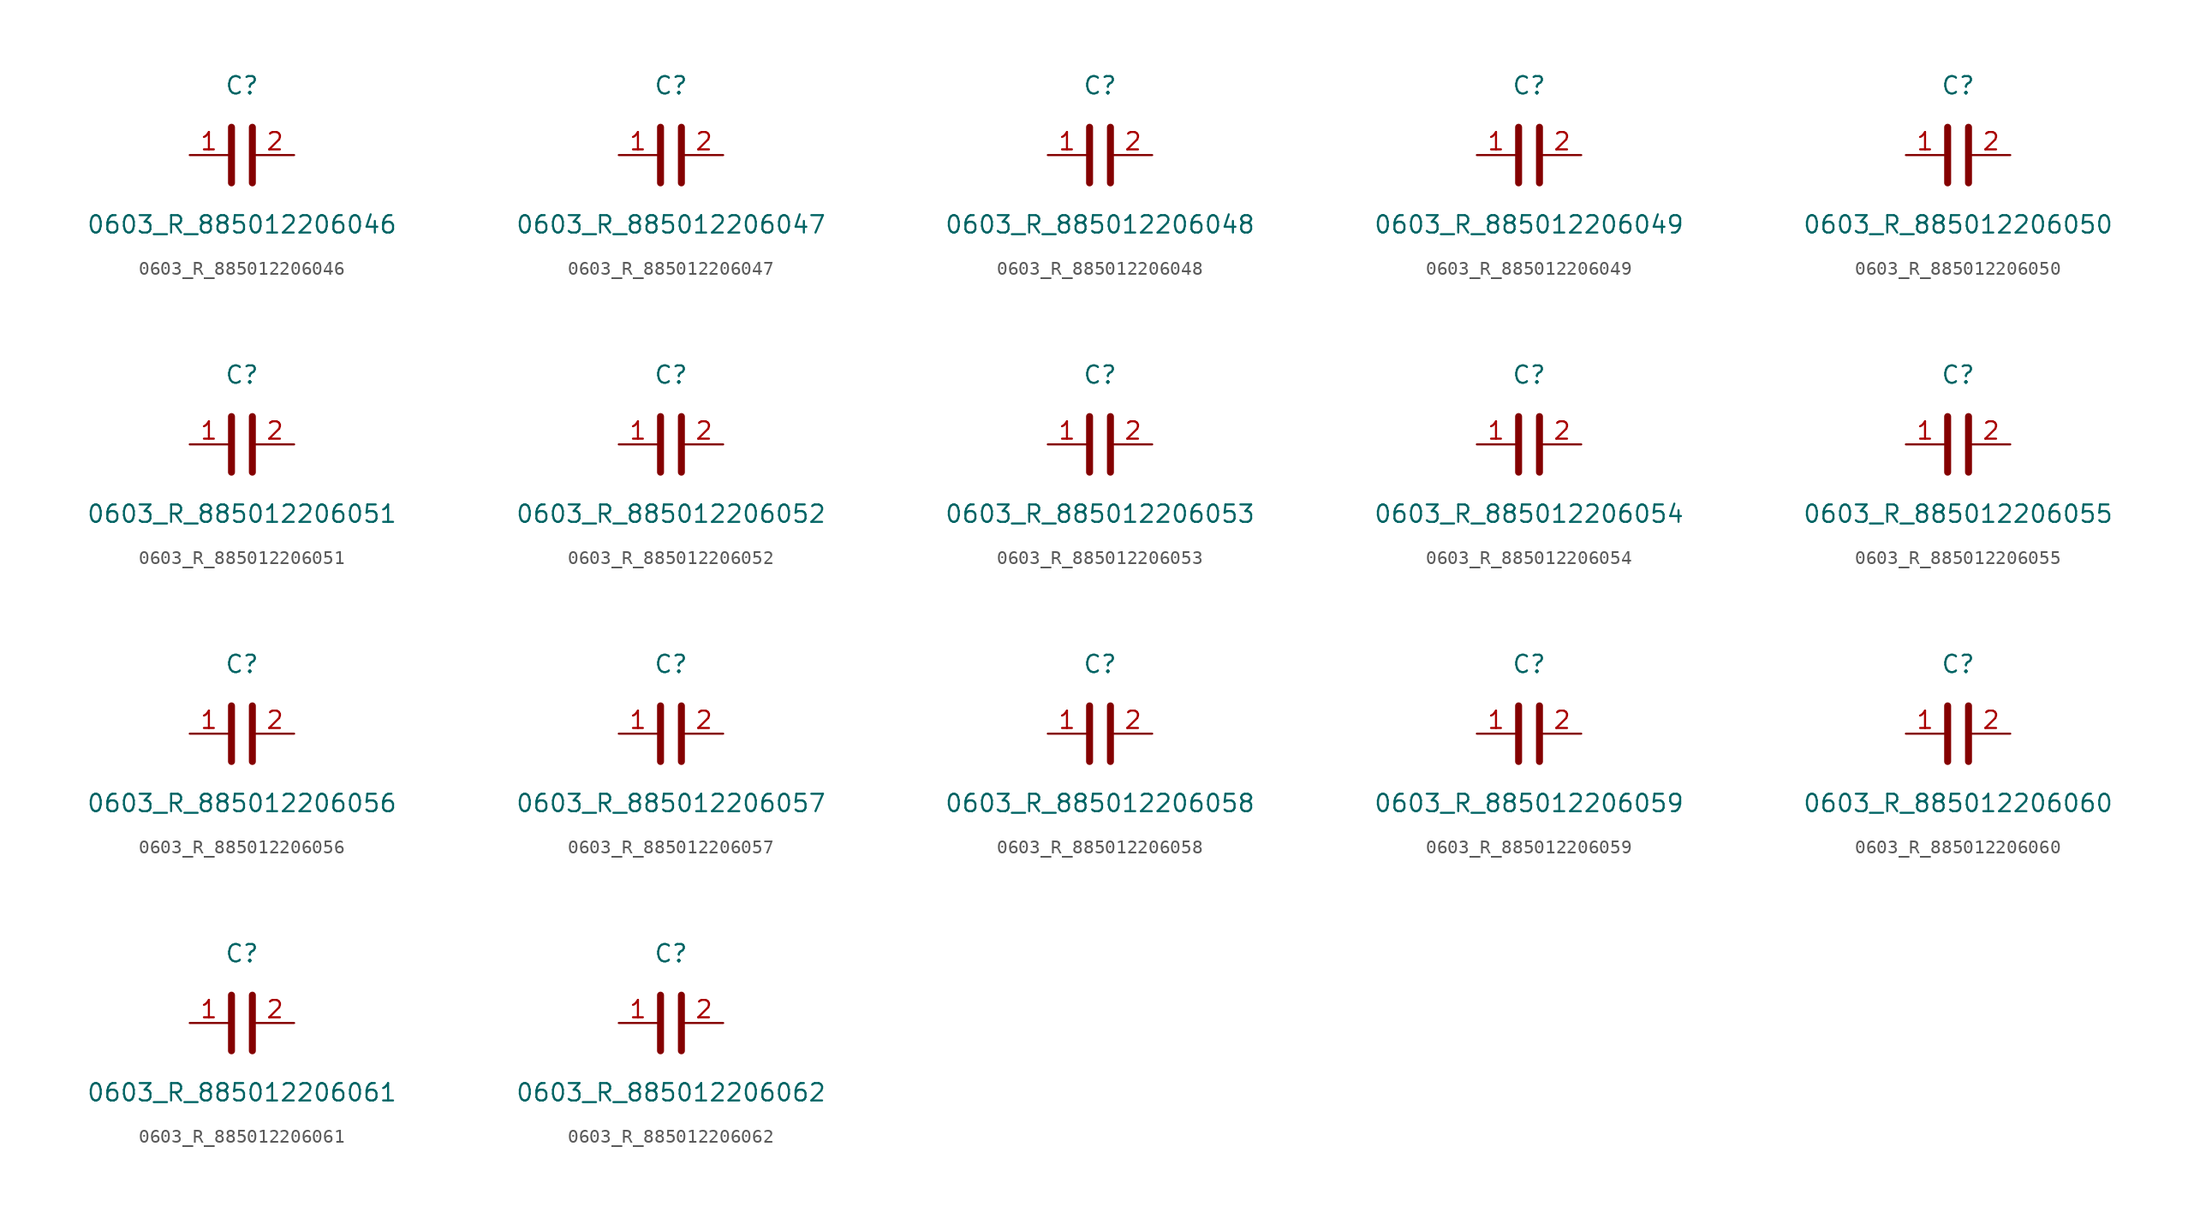
<source format=kicad_sym>
(kicad_symbol_lib
  (version 20220914)
  (generator kicad_symbol_editor)
  (symbol "0603_R_885012206046"
    (pin_names hide)
    (property "Reference" "C"
      (at 0 5.08 0)
      (effects (font (size 1.27 1.27))))
    (property "Value" "0603_R_885012206046"
      (at 0 -5.08 0)
      (effects (font (size 1.27 1.27))))
    (symbol "0603_R_885012206046_0_1"
      (polyline (pts (xy -0.762 -2.032) (xy -0.762 2.032)) (stroke (width 0.508) (type default)) (fill (type none)))
      (polyline (pts (xy 0.762 -2.032) (xy 0.762 2.032)) (stroke (width 0.508) (type default)) (fill (type none))))
    (symbol "0603_R_885012206046_1_1"
      (pin passive line (at -3.81 0 0) (length 2.794) (name "1" (effects (font (size 1.27 1.27)))) (number "1" (effects (font (size 1.27 1.27)))))
      (pin passive line (at 3.81 0 180) (length 2.794) (name "2" (effects (font (size 1.27 1.27)))) (number "2" (effects (font (size 1.27 1.27)))))))
  (symbol "0603_R_885012206047"
    (pin_names hide)
    (property "Reference" "C"
      (at 0 5.08 0)
      (effects (font (size 1.27 1.27))))
    (property "Value" "0603_R_885012206047"
      (at 0 -5.08 0)
      (effects (font (size 1.27 1.27))))
    (symbol "0603_R_885012206047_0_1"
      (polyline (pts (xy -0.762 -2.032) (xy -0.762 2.032)) (stroke (width 0.508) (type default)) (fill (type none)))
      (polyline (pts (xy 0.762 -2.032) (xy 0.762 2.032)) (stroke (width 0.508) (type default)) (fill (type none))))
    (symbol "0603_R_885012206047_1_1"
      (pin passive line (at -3.81 0 0) (length 2.794) (name "1" (effects (font (size 1.27 1.27)))) (number "1" (effects (font (size 1.27 1.27)))))
      (pin passive line (at 3.81 0 180) (length 2.794) (name "2" (effects (font (size 1.27 1.27)))) (number "2" (effects (font (size 1.27 1.27)))))))
  (symbol "0603_R_885012206048"
    (pin_names hide)
    (property "Reference" "C"
      (at 0 5.08 0)
      (effects (font (size 1.27 1.27))))
    (property "Value" "0603_R_885012206048"
      (at 0 -5.08 0)
      (effects (font (size 1.27 1.27))))
    (symbol "0603_R_885012206048_0_1"
      (polyline (pts (xy -0.762 -2.032) (xy -0.762 2.032)) (stroke (width 0.508) (type default)) (fill (type none)))
      (polyline (pts (xy 0.762 -2.032) (xy 0.762 2.032)) (stroke (width 0.508) (type default)) (fill (type none))))
    (symbol "0603_R_885012206048_1_1"
      (pin passive line (at -3.81 0 0) (length 2.794) (name "1" (effects (font (size 1.27 1.27)))) (number "1" (effects (font (size 1.27 1.27)))))
      (pin passive line (at 3.81 0 180) (length 2.794) (name "2" (effects (font (size 1.27 1.27)))) (number "2" (effects (font (size 1.27 1.27)))))))
  (symbol "0603_R_885012206049"
    (pin_names hide)
    (property "Reference" "C"
      (at 0 5.08 0)
      (effects (font (size 1.27 1.27))))
    (property "Value" "0603_R_885012206049"
      (at 0 -5.08 0)
      (effects (font (size 1.27 1.27))))
    (symbol "0603_R_885012206049_0_1"
      (polyline (pts (xy -0.762 -2.032) (xy -0.762 2.032)) (stroke (width 0.508) (type default)) (fill (type none)))
      (polyline (pts (xy 0.762 -2.032) (xy 0.762 2.032)) (stroke (width 0.508) (type default)) (fill (type none))))
    (symbol "0603_R_885012206049_1_1"
      (pin passive line (at -3.81 0 0) (length 2.794) (name "1" (effects (font (size 1.27 1.27)))) (number "1" (effects (font (size 1.27 1.27)))))
      (pin passive line (at 3.81 0 180) (length 2.794) (name "2" (effects (font (size 1.27 1.27)))) (number "2" (effects (font (size 1.27 1.27)))))))
  (symbol "0603_R_885012206050"
    (pin_names hide)
    (property "Reference" "C"
      (at 0 5.08 0)
      (effects (font (size 1.27 1.27))))
    (property "Value" "0603_R_885012206050"
      (at 0 -5.08 0)
      (effects (font (size 1.27 1.27))))
    (symbol "0603_R_885012206050_0_1"
      (polyline (pts (xy -0.762 -2.032) (xy -0.762 2.032)) (stroke (width 0.508) (type default)) (fill (type none)))
      (polyline (pts (xy 0.762 -2.032) (xy 0.762 2.032)) (stroke (width 0.508) (type default)) (fill (type none))))
    (symbol "0603_R_885012206050_1_1"
      (pin passive line (at -3.81 0 0) (length 2.794) (name "1" (effects (font (size 1.27 1.27)))) (number "1" (effects (font (size 1.27 1.27)))))
      (pin passive line (at 3.81 0 180) (length 2.794) (name "2" (effects (font (size 1.27 1.27)))) (number "2" (effects (font (size 1.27 1.27)))))))
  (symbol "0603_R_885012206051"
    (pin_names hide)
    (property "Reference" "C"
      (at 0 5.08 0)
      (effects (font (size 1.27 1.27))))
    (property "Value" "0603_R_885012206051"
      (at 0 -5.08 0)
      (effects (font (size 1.27 1.27))))
    (symbol "0603_R_885012206051_0_1"
      (polyline (pts (xy -0.762 -2.032) (xy -0.762 2.032)) (stroke (width 0.508) (type default)) (fill (type none)))
      (polyline (pts (xy 0.762 -2.032) (xy 0.762 2.032)) (stroke (width 0.508) (type default)) (fill (type none))))
    (symbol "0603_R_885012206051_1_1"
      (pin passive line (at -3.81 0 0) (length 2.794) (name "1" (effects (font (size 1.27 1.27)))) (number "1" (effects (font (size 1.27 1.27)))))
      (pin passive line (at 3.81 0 180) (length 2.794) (name "2" (effects (font (size 1.27 1.27)))) (number "2" (effects (font (size 1.27 1.27)))))))
  (symbol "0603_R_885012206052"
    (pin_names hide)
    (property "Reference" "C"
      (at 0 5.08 0)
      (effects (font (size 1.27 1.27))))
    (property "Value" "0603_R_885012206052"
      (at 0 -5.08 0)
      (effects (font (size 1.27 1.27))))
    (symbol "0603_R_885012206052_0_1"
      (polyline (pts (xy -0.762 -2.032) (xy -0.762 2.032)) (stroke (width 0.508) (type default)) (fill (type none)))
      (polyline (pts (xy 0.762 -2.032) (xy 0.762 2.032)) (stroke (width 0.508) (type default)) (fill (type none))))
    (symbol "0603_R_885012206052_1_1"
      (pin passive line (at -3.81 0 0) (length 2.794) (name "1" (effects (font (size 1.27 1.27)))) (number "1" (effects (font (size 1.27 1.27)))))
      (pin passive line (at 3.81 0 180) (length 2.794) (name "2" (effects (font (size 1.27 1.27)))) (number "2" (effects (font (size 1.27 1.27)))))))
  (symbol "0603_R_885012206053"
    (pin_names hide)
    (property "Reference" "C"
      (at 0 5.08 0)
      (effects (font (size 1.27 1.27))))
    (property "Value" "0603_R_885012206053"
      (at 0 -5.08 0)
      (effects (font (size 1.27 1.27))))
    (symbol "0603_R_885012206053_0_1"
      (polyline (pts (xy -0.762 -2.032) (xy -0.762 2.032)) (stroke (width 0.508) (type default)) (fill (type none)))
      (polyline (pts (xy 0.762 -2.032) (xy 0.762 2.032)) (stroke (width 0.508) (type default)) (fill (type none))))
    (symbol "0603_R_885012206053_1_1"
      (pin passive line (at -3.81 0 0) (length 2.794) (name "1" (effects (font (size 1.27 1.27)))) (number "1" (effects (font (size 1.27 1.27)))))
      (pin passive line (at 3.81 0 180) (length 2.794) (name "2" (effects (font (size 1.27 1.27)))) (number "2" (effects (font (size 1.27 1.27)))))))
  (symbol "0603_R_885012206054"
    (pin_names hide)
    (property "Reference" "C"
      (at 0 5.08 0)
      (effects (font (size 1.27 1.27))))
    (property "Value" "0603_R_885012206054"
      (at 0 -5.08 0)
      (effects (font (size 1.27 1.27))))
    (symbol "0603_R_885012206054_0_1"
      (polyline (pts (xy -0.762 -2.032) (xy -0.762 2.032)) (stroke (width 0.508) (type default)) (fill (type none)))
      (polyline (pts (xy 0.762 -2.032) (xy 0.762 2.032)) (stroke (width 0.508) (type default)) (fill (type none))))
    (symbol "0603_R_885012206054_1_1"
      (pin passive line (at -3.81 0 0) (length 2.794) (name "1" (effects (font (size 1.27 1.27)))) (number "1" (effects (font (size 1.27 1.27)))))
      (pin passive line (at 3.81 0 180) (length 2.794) (name "2" (effects (font (size 1.27 1.27)))) (number "2" (effects (font (size 1.27 1.27)))))))
  (symbol "0603_R_885012206055"
    (pin_names hide)
    (property "Reference" "C"
      (at 0 5.08 0)
      (effects (font (size 1.27 1.27))))
    (property "Value" "0603_R_885012206055"
      (at 0 -5.08 0)
      (effects (font (size 1.27 1.27))))
    (symbol "0603_R_885012206055_0_1"
      (polyline (pts (xy -0.762 -2.032) (xy -0.762 2.032)) (stroke (width 0.508) (type default)) (fill (type none)))
      (polyline (pts (xy 0.762 -2.032) (xy 0.762 2.032)) (stroke (width 0.508) (type default)) (fill (type none))))
    (symbol "0603_R_885012206055_1_1"
      (pin passive line (at -3.81 0 0) (length 2.794) (name "1" (effects (font (size 1.27 1.27)))) (number "1" (effects (font (size 1.27 1.27)))))
      (pin passive line (at 3.81 0 180) (length 2.794) (name "2" (effects (font (size 1.27 1.27)))) (number "2" (effects (font (size 1.27 1.27)))))))
  (symbol "0603_R_885012206056"
    (pin_names hide)
    (property "Reference" "C"
      (at 0 5.08 0)
      (effects (font (size 1.27 1.27))))
    (property "Value" "0603_R_885012206056"
      (at 0 -5.08 0)
      (effects (font (size 1.27 1.27))))
    (symbol "0603_R_885012206056_0_1"
      (polyline (pts (xy -0.762 -2.032) (xy -0.762 2.032)) (stroke (width 0.508) (type default)) (fill (type none)))
      (polyline (pts (xy 0.762 -2.032) (xy 0.762 2.032)) (stroke (width 0.508) (type default)) (fill (type none))))
    (symbol "0603_R_885012206056_1_1"
      (pin passive line (at -3.81 0 0) (length 2.794) (name "1" (effects (font (size 1.27 1.27)))) (number "1" (effects (font (size 1.27 1.27)))))
      (pin passive line (at 3.81 0 180) (length 2.794) (name "2" (effects (font (size 1.27 1.27)))) (number "2" (effects (font (size 1.27 1.27)))))))
  (symbol "0603_R_885012206057"
    (pin_names hide)
    (property "Reference" "C"
      (at 0 5.08 0)
      (effects (font (size 1.27 1.27))))
    (property "Value" "0603_R_885012206057"
      (at 0 -5.08 0)
      (effects (font (size 1.27 1.27))))
    (symbol "0603_R_885012206057_0_1"
      (polyline (pts (xy -0.762 -2.032) (xy -0.762 2.032)) (stroke (width 0.508) (type default)) (fill (type none)))
      (polyline (pts (xy 0.762 -2.032) (xy 0.762 2.032)) (stroke (width 0.508) (type default)) (fill (type none))))
    (symbol "0603_R_885012206057_1_1"
      (pin passive line (at -3.81 0 0) (length 2.794) (name "1" (effects (font (size 1.27 1.27)))) (number "1" (effects (font (size 1.27 1.27)))))
      (pin passive line (at 3.81 0 180) (length 2.794) (name "2" (effects (font (size 1.27 1.27)))) (number "2" (effects (font (size 1.27 1.27)))))))
  (symbol "0603_R_885012206058"
    (pin_names hide)
    (property "Reference" "C"
      (at 0 5.08 0)
      (effects (font (size 1.27 1.27))))
    (property "Value" "0603_R_885012206058"
      (at 0 -5.08 0)
      (effects (font (size 1.27 1.27))))
    (symbol "0603_R_885012206058_0_1"
      (polyline (pts (xy -0.762 -2.032) (xy -0.762 2.032)) (stroke (width 0.508) (type default)) (fill (type none)))
      (polyline (pts (xy 0.762 -2.032) (xy 0.762 2.032)) (stroke (width 0.508) (type default)) (fill (type none))))
    (symbol "0603_R_885012206058_1_1"
      (pin passive line (at -3.81 0 0) (length 2.794) (name "1" (effects (font (size 1.27 1.27)))) (number "1" (effects (font (size 1.27 1.27)))))
      (pin passive line (at 3.81 0 180) (length 2.794) (name "2" (effects (font (size 1.27 1.27)))) (number "2" (effects (font (size 1.27 1.27)))))))
  (symbol "0603_R_885012206059"
    (pin_names hide)
    (property "Reference" "C"
      (at 0 5.08 0)
      (effects (font (size 1.27 1.27))))
    (property "Value" "0603_R_885012206059"
      (at 0 -5.08 0)
      (effects (font (size 1.27 1.27))))
    (symbol "0603_R_885012206059_0_1"
      (polyline (pts (xy -0.762 -2.032) (xy -0.762 2.032)) (stroke (width 0.508) (type default)) (fill (type none)))
      (polyline (pts (xy 0.762 -2.032) (xy 0.762 2.032)) (stroke (width 0.508) (type default)) (fill (type none))))
    (symbol "0603_R_885012206059_1_1"
      (pin passive line (at -3.81 0 0) (length 2.794) (name "1" (effects (font (size 1.27 1.27)))) (number "1" (effects (font (size 1.27 1.27)))))
      (pin passive line (at 3.81 0 180) (length 2.794) (name "2" (effects (font (size 1.27 1.27)))) (number "2" (effects (font (size 1.27 1.27)))))))
  (symbol "0603_R_885012206060"
    (pin_names hide)
    (property "Reference" "C"
      (at 0 5.08 0)
      (effects (font (size 1.27 1.27))))
    (property "Value" "0603_R_885012206060"
      (at 0 -5.08 0)
      (effects (font (size 1.27 1.27))))
    (symbol "0603_R_885012206060_0_1"
      (polyline (pts (xy -0.762 -2.032) (xy -0.762 2.032)) (stroke (width 0.508) (type default)) (fill (type none)))
      (polyline (pts (xy 0.762 -2.032) (xy 0.762 2.032)) (stroke (width 0.508) (type default)) (fill (type none))))
    (symbol "0603_R_885012206060_1_1"
      (pin passive line (at -3.81 0 0) (length 2.794) (name "1" (effects (font (size 1.27 1.27)))) (number "1" (effects (font (size 1.27 1.27)))))
      (pin passive line (at 3.81 0 180) (length 2.794) (name "2" (effects (font (size 1.27 1.27)))) (number "2" (effects (font (size 1.27 1.27)))))))
  (symbol "0603_R_885012206061"
    (pin_names hide)
    (property "Reference" "C"
      (at 0 5.08 0)
      (effects (font (size 1.27 1.27))))
    (property "Value" "0603_R_885012206061"
      (at 0 -5.08 0)
      (effects (font (size 1.27 1.27))))
    (symbol "0603_R_885012206061_0_1"
      (polyline (pts (xy -0.762 -2.032) (xy -0.762 2.032)) (stroke (width 0.508) (type default)) (fill (type none)))
      (polyline (pts (xy 0.762 -2.032) (xy 0.762 2.032)) (stroke (width 0.508) (type default)) (fill (type none))))
    (symbol "0603_R_885012206061_1_1"
      (pin passive line (at -3.81 0 0) (length 2.794) (name "1" (effects (font (size 1.27 1.27)))) (number "1" (effects (font (size 1.27 1.27)))))
      (pin passive line (at 3.81 0 180) (length 2.794) (name "2" (effects (font (size 1.27 1.27)))) (number "2" (effects (font (size 1.27 1.27)))))))
  (symbol "0603_R_885012206062"
    (pin_names hide)
    (property "Reference" "C"
      (at 0 5.08 0)
      (effects (font (size 1.27 1.27))))
    (property "Value" "0603_R_885012206062"
      (at 0 -5.08 0)
      (effects (font (size 1.27 1.27))))
    (symbol "0603_R_885012206062_0_1"
      (polyline (pts (xy -0.762 -2.032) (xy -0.762 2.032)) (stroke (width 0.508) (type default)) (fill (type none)))
      (polyline (pts (xy 0.762 -2.032) (xy 0.762 2.032)) (stroke (width 0.508) (type default)) (fill (type none))))
    (symbol "0603_R_885012206062_1_1"
      (pin passive line (at -3.81 0 0) (length 2.794) (name "1" (effects (font (size 1.27 1.27)))) (number "1" (effects (font (size 1.27 1.27)))))
      (pin passive line (at 3.81 0 180) (length 2.794) (name "2" (effects (font (size 1.27 1.27)))) (number "2" (effects (font (size 1.27 1.27))))))))
</source>
